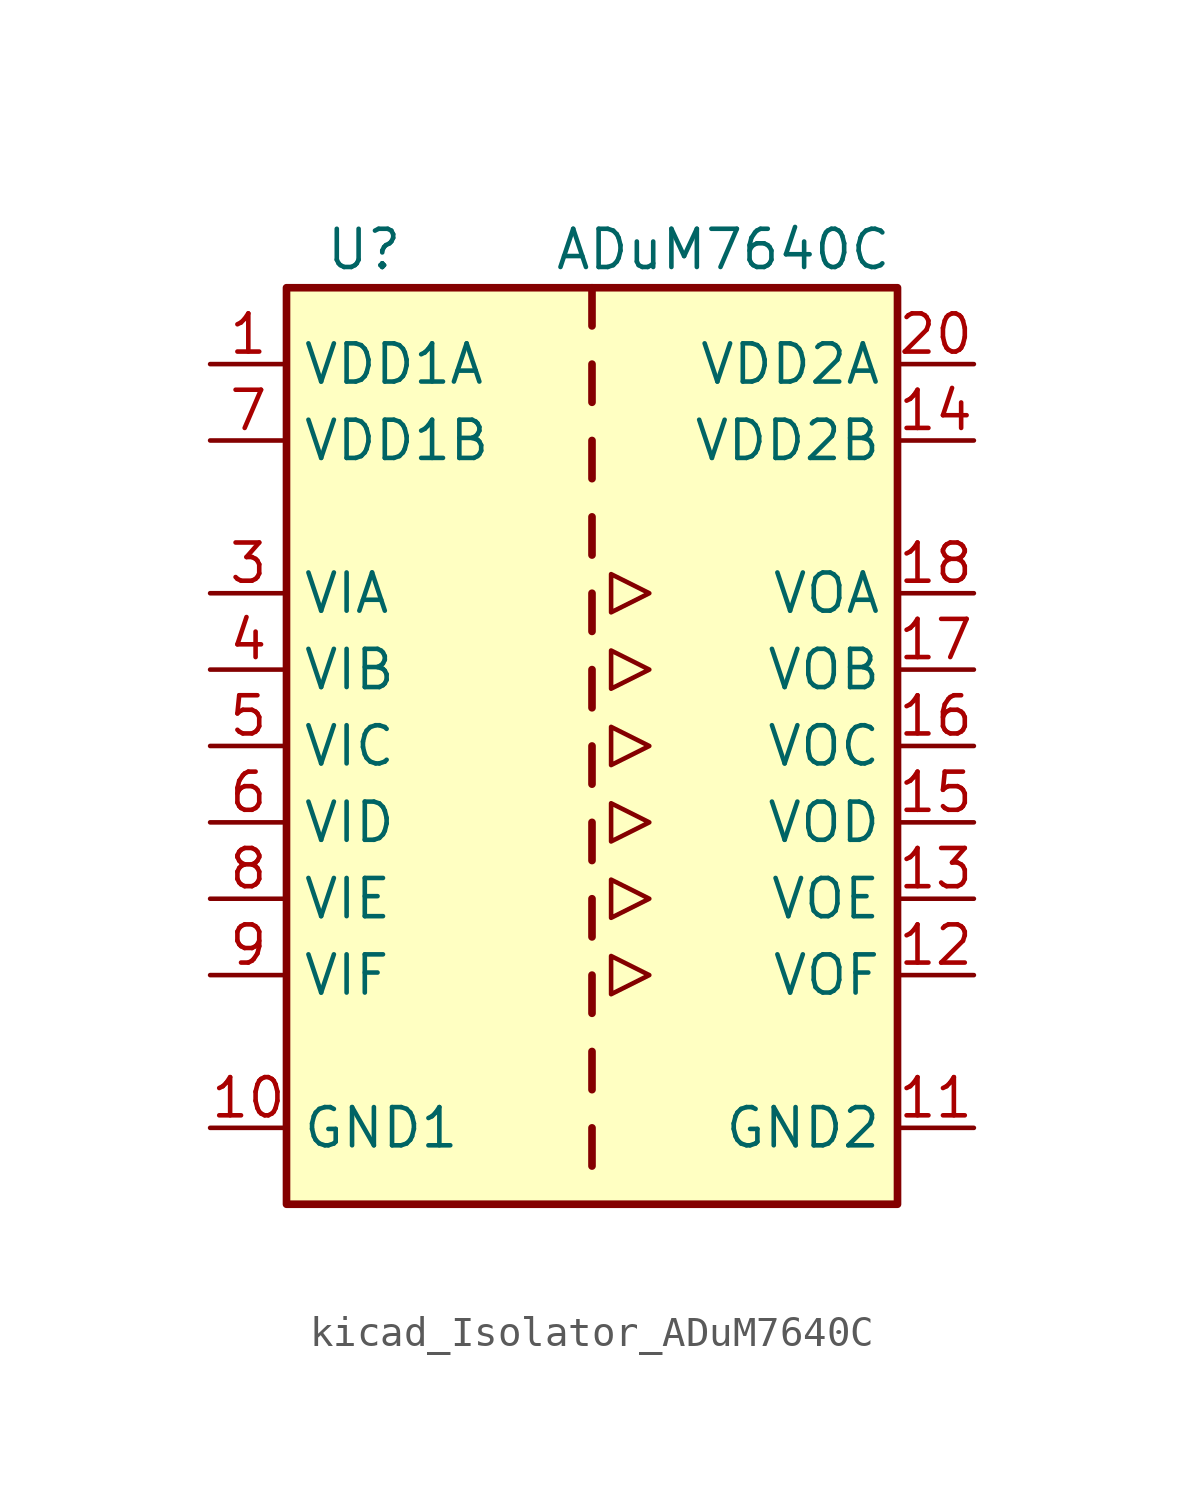
<source format=kicad_sym>
(kicad_symbol_lib
  (version 20220914)
  (generator kicad_symbol_editor)
  (symbol "kicad_Isolator_ADuM7640C"
    (property "Reference" "U"
      (at -8.89 16.51 0)
      (effects (font (size 1.27 1.27)) (justify left)))
    (property "Value" "ADuM7640C"
      (at -1.27 16.51 0)
      (effects (font (size 1.27 1.27)) (justify left)))
    (symbol "kicad_Isolator_ADuM7640C_0_1"
      (polyline (pts (xy 0.635 -6.985) (xy 0.635 -8.255) (xy 1.905 -7.62) (xy 0.635 -6.985)) (stroke (width 0) (type default)) (fill (type none)))
      (polyline (pts (xy 0.635 3.175) (xy 0.635 1.905) (xy 1.905 2.54) (xy 0.635 3.175)) (stroke (width 0) (type default)) (fill (type none)))
      (polyline (pts (xy 0.635 5.715) (xy 0.635 4.445) (xy 1.905 5.08) (xy 0.635 5.715)) (stroke (width 0) (type default)) (fill (type none)))
      (polyline (pts (xy 1.905 -5.08) (xy 0.635 -4.445) (xy 0.635 -5.715) (xy 1.905 -5.08)) (stroke (width 0) (type default)) (fill (type none)))
      (polyline (pts (xy 1.905 -2.54) (xy 0.635 -1.905) (xy 0.635 -3.175) (xy 1.905 -2.54)) (stroke (width 0) (type default)) (fill (type none)))
      (polyline (pts (xy 1.905 0) (xy 0.635 -0.635) (xy 0.635 0.635) (xy 1.905 0)) (stroke (width 0) (type default)) (fill (type none))))
    (symbol "kicad_Isolator_ADuM7640C_1_1"
      (rectangle (start -10.16 15.24) (end 10.16 -15.24) (stroke (width 0.254) (type default)) (fill (type background)))
      (polyline (pts (xy 0 -12.7) (xy 0 -13.97)) (stroke (width 0.254) (type default)) (fill (type none)))
      (polyline (pts (xy 0 -10.16) (xy 0 -11.43)) (stroke (width 0.254) (type default)) (fill (type none)))
      (polyline (pts (xy 0 -7.62) (xy 0 -8.89)) (stroke (width 0.254) (type default)) (fill (type none)))
      (polyline (pts (xy 0 -5.08) (xy 0 -6.35)) (stroke (width 0.254) (type default)) (fill (type none)))
      (polyline (pts (xy 0 -2.54) (xy 0 -3.81)) (stroke (width 0.254) (type default)) (fill (type none)))
      (polyline (pts (xy 0 0) (xy 0 -1.27)) (stroke (width 0.254) (type default)) (fill (type none)))
      (polyline (pts (xy 0 2.54) (xy 0 1.27)) (stroke (width 0.254) (type default)) (fill (type none)))
      (polyline (pts (xy 0 5.08) (xy 0 3.81)) (stroke (width 0.254) (type default)) (fill (type none)))
      (polyline (pts (xy 0 7.62) (xy 0 6.35)) (stroke (width 0.254) (type default)) (fill (type none)))
      (polyline (pts (xy 0 10.16) (xy 0 8.89)) (stroke (width 0.254) (type default)) (fill (type none)))
      (polyline (pts (xy 0 12.7) (xy 0 11.43)) (stroke (width 0.254) (type default)) (fill (type none)))
      (polyline (pts (xy 0 15.24) (xy 0 13.97)) (stroke (width 0.254) (type default)) (fill (type none)))
      (pin power_in line (at -12.7 12.7 0) (length 2.54) (name "VDD1A" (effects (font (size 1.27 1.27)))) (number "1" (effects (font (size 1.27 1.27)))))
      (pin power_in line (at -12.7 -12.7 0) (length 2.54) (name "GND1" (effects (font (size 1.27 1.27)))) (number "10" (effects (font (size 1.27 1.27)))))
      (pin power_in line (at 12.7 -12.7 180) (length 2.54) (name "GND2" (effects (font (size 1.27 1.27)))) (number "11" (effects (font (size 1.27 1.27)))))
      (pin output line (at 12.7 -7.62 180) (length 2.54) (name "VOF" (effects (font (size 1.27 1.27)))) (number "12" (effects (font (size 1.27 1.27)))))
      (pin output line (at 12.7 -5.08 180) (length 2.54) (name "VOE" (effects (font (size 1.27 1.27)))) (number "13" (effects (font (size 1.27 1.27)))))
      (pin power_in line (at 12.7 10.16 180) (length 2.54) (name "VDD2B" (effects (font (size 1.27 1.27)))) (number "14" (effects (font (size 1.27 1.27)))))
      (pin output line (at 12.7 -2.54 180) (length 2.54) (name "VOD" (effects (font (size 1.27 1.27)))) (number "15" (effects (font (size 1.27 1.27)))))
      (pin output line (at 12.7 0 180) (length 2.54) (name "VOC" (effects (font (size 1.27 1.27)))) (number "16" (effects (font (size 1.27 1.27)))))
      (pin output line (at 12.7 2.54 180) (length 2.54) (name "VOB" (effects (font (size 1.27 1.27)))) (number "17" (effects (font (size 1.27 1.27)))))
      (pin output line (at 12.7 5.08 180) (length 2.54) (name "VOA" (effects (font (size 1.27 1.27)))) (number "18" (effects (font (size 1.27 1.27)))))
      (pin passive line (at 12.7 -12.7 180) (length 2.54) hide (name "GND2" (effects (font (size 1.27 1.27)))) (number "19" (effects (font (size 1.27 1.27)))))
      (pin passive line (at -12.7 -12.7 0) (length 2.54) hide (name "GND1" (effects (font (size 1.27 1.27)))) (number "2" (effects (font (size 1.27 1.27)))))
      (pin power_in line (at 12.7 12.7 180) (length 2.54) (name "VDD2A" (effects (font (size 1.27 1.27)))) (number "20" (effects (font (size 1.27 1.27)))))
      (pin input line (at -12.7 5.08 0) (length 2.54) (name "VIA" (effects (font (size 1.27 1.27)))) (number "3" (effects (font (size 1.27 1.27)))))
      (pin input line (at -12.7 2.54 0) (length 2.54) (name "VIB" (effects (font (size 1.27 1.27)))) (number "4" (effects (font (size 1.27 1.27)))))
      (pin input line (at -12.7 0 0) (length 2.54) (name "VIC" (effects (font (size 1.27 1.27)))) (number "5" (effects (font (size 1.27 1.27)))))
      (pin input line (at -12.7 -2.54 0) (length 2.54) (name "VID" (effects (font (size 1.27 1.27)))) (number "6" (effects (font (size 1.27 1.27)))))
      (pin power_in line (at -12.7 10.16 0) (length 2.54) (name "VDD1B" (effects (font (size 1.27 1.27)))) (number "7" (effects (font (size 1.27 1.27)))))
      (pin input line (at -12.7 -5.08 0) (length 2.54) (name "VIE" (effects (font (size 1.27 1.27)))) (number "8" (effects (font (size 1.27 1.27)))))
      (pin input line (at -12.7 -7.62 0) (length 2.54) (name "VIF" (effects (font (size 1.27 1.27)))) (number "9" (effects (font (size 1.27 1.27))))))))
</source>
